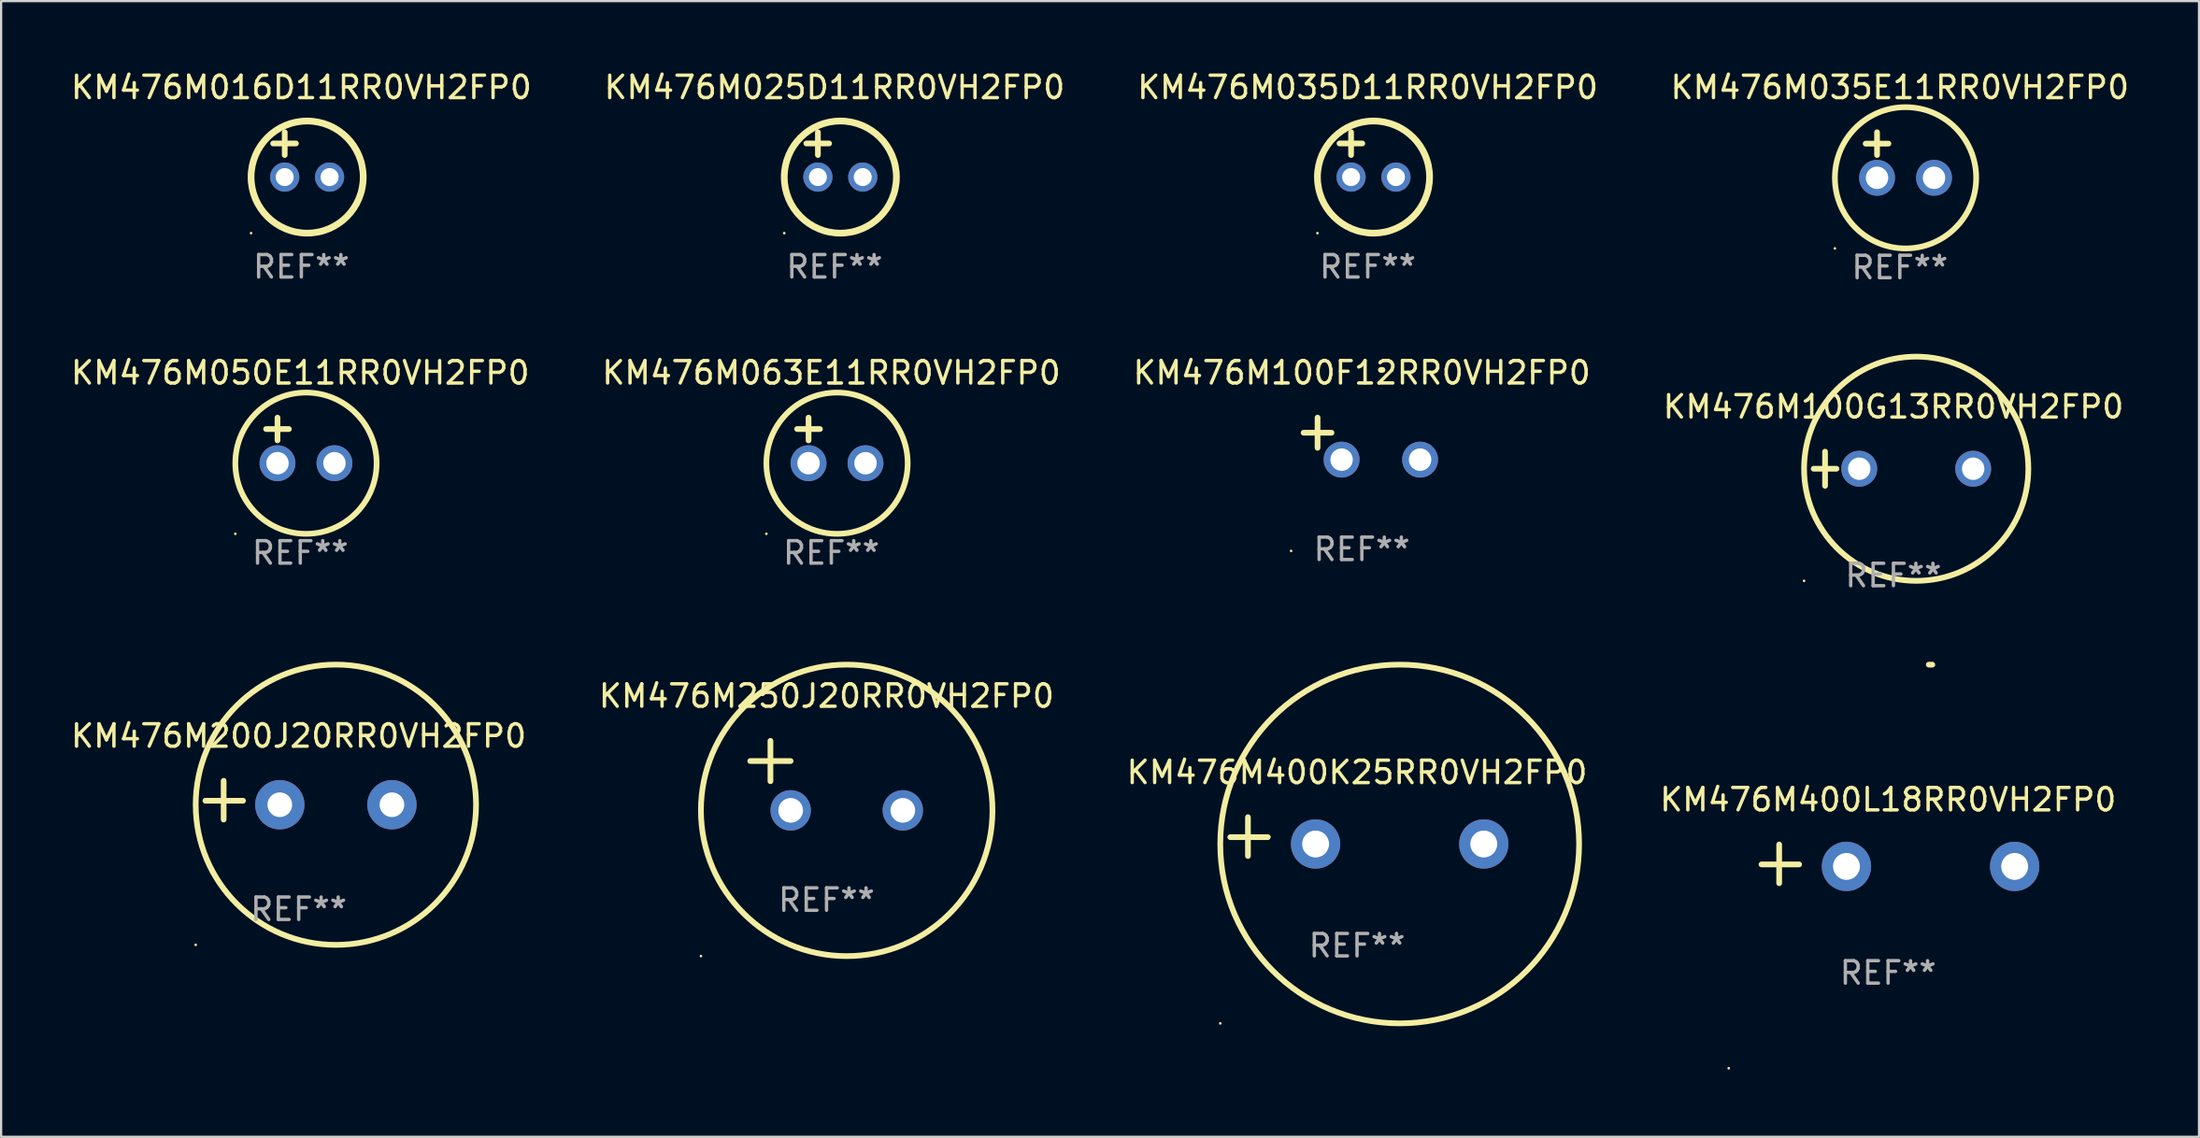
<source format=kicad_pcb>
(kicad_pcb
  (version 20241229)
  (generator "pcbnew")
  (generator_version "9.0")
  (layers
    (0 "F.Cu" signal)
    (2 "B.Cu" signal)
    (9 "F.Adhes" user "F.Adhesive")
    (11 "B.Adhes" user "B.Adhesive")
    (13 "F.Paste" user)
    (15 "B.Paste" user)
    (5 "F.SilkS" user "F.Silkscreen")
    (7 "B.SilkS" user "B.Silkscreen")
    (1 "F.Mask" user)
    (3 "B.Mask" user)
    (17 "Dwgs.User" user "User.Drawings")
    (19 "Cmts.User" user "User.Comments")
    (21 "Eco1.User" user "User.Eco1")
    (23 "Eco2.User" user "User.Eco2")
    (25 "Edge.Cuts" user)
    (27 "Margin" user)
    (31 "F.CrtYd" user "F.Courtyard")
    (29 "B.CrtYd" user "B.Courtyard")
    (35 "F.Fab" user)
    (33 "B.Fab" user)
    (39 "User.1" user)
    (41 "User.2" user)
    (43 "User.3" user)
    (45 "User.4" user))
  (footprint "KM476M016D11RR0VH2FP0"
    (layer "F.Cu")
    (at 10.387 3.848)
    (property "Reference" "KM476M016D11RR0VH2FP0" (at 0 -3 0) (layer "F.SilkS") (effects (font (size 1 1) (thickness 0.15))))
    (attr through_hole)
    (fp_line (start -1.258 -0.5) (end -0.242 -0.5) (stroke (width 0.254) (type solid)) (layer "F.SilkS"))
    (fp_line (start -0.742 -1) (end -0.742 0.016) (stroke (width 0.254) (type solid)) (layer "F.SilkS"))
    (fp_circle (center -2.242 3.5) (end -2.212 3.5) (stroke (width 0.06) (type solid)) (fill no) (layer "F.SilkS"))
    (fp_circle (center 0.258 1) (end 2.758 1) (stroke (width 0.3) (type solid)) (fill no) (layer "F.SilkS"))
    (fp_text user "REF**" (at 0 5 0) (layer "F.Fab") (effects (font (size 1 1) (thickness 0.15))))
    (pad "1" thru_hole circle (at -0.742 1) (size 1.3 1.3) (drill 0.8) (layers "*.Cu" "*.Mask"))
    (pad "2" thru_hole circle (at 1.258 1) (size 1.3 1.3) (drill 0.8) (layers "*.Cu" "*.Mask")))
  (footprint "KM476M100G13RR0VH2FP0"
    (layer "F.Cu")
    (at 81.375 17.856)
    (property "Reference" "KM476M100G13RR0VH2FP0" (at 0 -2.762 0) (layer "F.SilkS") (effects (font (size 1 1) (thickness 0.15))))
    (attr through_hole)
    (fp_line (start -3.556 0) (end -2.54 0) (stroke (width 0.254) (type solid)) (layer "F.SilkS"))
    (fp_line (start -3.048 -0.762) (end -3.048 0.762) (stroke (width 0.254) (type solid)) (layer "F.SilkS"))
    (fp_circle (center -3.984 5) (end -3.954 5) (stroke (width 0.06) (type solid)) (fill no) (layer "F.SilkS"))
    (fp_circle (center 1.016 0) (end 6.016 0) (stroke (width 0.254) (type solid)) (fill no) (layer "F.SilkS"))
    (fp_text user "REF**" (at 0 4.762 0) (layer "F.Fab") (effects (font (size 1 1) (thickness 0.15))))
    (pad "1" thru_hole circle (at -1.524 0) (size 1.6 1.6) (drill 1) (layers "*.Cu" "*.Mask"))
    (pad "2" thru_hole circle (at 3.556 0) (size 1.6 1.6) (drill 1) (layers "*.Cu" "*.Mask")))
  (footprint "KM476M025D11RR0VH2FP0"
    (layer "F.Cu")
    (at 34.161 3.848)
    (property "Reference" "KM476M025D11RR0VH2FP0" (at 0 -3 0) (layer "F.SilkS") (effects (font (size 1 1) (thickness 0.15))))
    (attr through_hole)
    (fp_line (start -1.258 -0.5) (end -0.242 -0.5) (stroke (width 0.254) (type solid)) (layer "F.SilkS"))
    (fp_line (start -0.742 -1) (end -0.742 0.016) (stroke (width 0.254) (type solid)) (layer "F.SilkS"))
    (fp_circle (center -2.242 3.5) (end -2.212 3.5) (stroke (width 0.06) (type solid)) (fill no) (layer "F.SilkS"))
    (fp_circle (center 0.258 1) (end 2.758 1) (stroke (width 0.3) (type solid)) (fill no) (layer "F.SilkS"))
    (fp_text user "REF**" (at 0 5 0) (layer "F.Fab") (effects (font (size 1 1) (thickness 0.15))))
    (pad "1" thru_hole circle (at -0.742 1) (size 1.3 1.3) (drill 0.8) (layers "*.Cu" "*.Mask"))
    (pad "2" thru_hole circle (at 1.258 1) (size 1.3 1.3) (drill 0.8) (layers "*.Cu" "*.Mask")))
  (footprint "KM476M050E11RR0VH2FP0"
    (layer "F.Cu")
    (at 10.339 16.593)
    (property "Reference" "KM476M050E11RR0VH2FP0" (at 0 -3.016 0) (layer "F.SilkS") (effects (font (size 1 1) (thickness 0.15))))
    (attr through_hole)
    (fp_line (start -1.524 -0.508) (end -0.508 -0.508) (stroke (width 0.254) (type solid)) (layer "F.SilkS"))
    (fp_line (start -1.016 -1.016) (end -1.016 0) (stroke (width 0.254) (type solid)) (layer "F.SilkS"))
    (fp_circle (center -2.896 4.166) (end -2.866 4.166) (stroke (width 0.06) (type solid)) (fill no) (layer "F.SilkS"))
    (fp_circle (center 0.254 1.016) (end 3.404 1.016) (stroke (width 0.254) (type solid)) (fill no) (layer "F.SilkS"))
    (fp_text user "REF**" (at 0 5.016 0) (layer "F.Fab") (effects (font (size 1 1) (thickness 0.15))))
    (pad "1" thru_hole circle (at -1.016 1.016) (size 1.6 1.6) (drill 1) (layers "*.Cu" "*.Mask"))
    (pad "2" thru_hole circle (at 1.524 1.016) (size 1.6 1.6) (drill 1) (layers "*.Cu" "*.Mask")))
  (footprint "KM476M063E11RR0VH2FP0"
    (layer "F.Cu")
    (at 34.018 16.593)
    (property "Reference" "KM476M063E11RR0VH2FP0" (at 0 -3.016 0) (layer "F.SilkS") (effects (font (size 1 1) (thickness 0.15))))
    (attr through_hole)
    (fp_line (start -1.524 -0.508) (end -0.508 -0.508) (stroke (width 0.254) (type solid)) (layer "F.SilkS"))
    (fp_line (start -1.016 -1.016) (end -1.016 0) (stroke (width 0.254) (type solid)) (layer "F.SilkS"))
    (fp_circle (center -2.896 4.166) (end -2.866 4.166) (stroke (width 0.06) (type solid)) (fill no) (layer "F.SilkS"))
    (fp_circle (center 0.254 1.016) (end 3.404 1.016) (stroke (width 0.254) (type solid)) (fill no) (layer "F.SilkS"))
    (fp_text user "REF**" (at 0 5.016 0) (layer "F.Fab") (effects (font (size 1 1) (thickness 0.15))))
    (pad "1" thru_hole circle (at -1.016 1.016) (size 1.6 1.6) (drill 1) (layers "*.Cu" "*.Mask"))
    (pad "2" thru_hole circle (at 1.524 1.016) (size 1.6 1.6) (drill 1) (layers "*.Cu" "*.Mask")))
  (footprint "KM476M400K25RR0VH2FP0"
    (layer "F.Cu")
    (at 57.458 34.263)
    (property "Reference" "KM476M400K25RR0VH2FP0" (at 0 -2.864 0) (layer "F.SilkS") (effects (font (size 1 1) (thickness 0.15))))
    (attr through_hole)
    (fp_line (start -4.864 0.864) (end -4.864 -0.864) (stroke (width 0.254) (type solid)) (layer "F.SilkS"))
    (fp_line (start -3.975 0.025) (end -5.652 0.025) (stroke (width 0.254) (type solid)) (layer "F.SilkS"))
    (fp_circle (center -6.098 8.33) (end -6.068 8.33) (stroke (width 0.06) (type solid)) (fill no) (layer "F.SilkS"))
    (fp_circle (center 1.902 0.33) (end 9.902 0.33) (stroke (width 0.254) (type solid)) (fill no) (layer "F.SilkS"))
    (fp_text user "REF**" (at 0 4.864 0) (layer "F.Fab") (effects (font (size 1 1) (thickness 0.15))))
    (pad "1" thru_hole circle (at -1.848 0.33) (size 2.2 2.2) (drill 1.2) (layers "*.Cu" "*.Mask"))
    (pad "2" thru_hole circle (at 5.652 0.33) (size 2.2 2.2) (drill 1.2) (layers "*.Cu" "*.Mask")))
  (footprint "KM476M100F12RR0VH2FP0"
    (layer "F.Cu")
    (at 57.673 16.513)
    (property "Reference" "KM476M100F12RR0VH2FP0" (at 0 -2.937 0) (layer "F.SilkS") (effects (font (size 1 1) (thickness 0.15))))
    (attr through_hole)
    (fp_line (start -1.975 0.41) (end -1.975 -0.937) (stroke (width 0.254) (type solid)) (layer "F.SilkS"))
    (fp_line (start -1.353 -0.263) (end -2.597 -0.263) (stroke (width 0.254) (type solid)) (layer "F.SilkS"))
    (fp_arc (start 0.849809 -3.063957) (mid 0.885369 -3.064114) (end 0.920929 -3.063957) (stroke (width 0.254001) (type solid)) (layer "F.SilkS"))
    (fp_circle (center -3.154 5.008) (end -3.124 5.008) (stroke (width 0.06) (type solid)) (fill no) (layer "F.SilkS"))
    (fp_text user "REF**" (at 0 4.937 0) (layer "F.Fab") (effects (font (size 1 1) (thickness 0.15))))
    (pad "1" thru_hole circle (at -0.903 0.937) (size 1.6 1.6) (drill 1) (layers "*.Cu" "*.Mask"))
    (pad "2" thru_hole circle (at 2.597 0.937) (size 1.6 1.6) (drill 1) (layers "*.Cu" "*.Mask")))
  (footprint "KM476M035E11RR0VH2FP0"
    (layer "F.Cu")
    (at 81.661 3.864)
    (property "Reference" "KM476M035E11RR0VH2FP0" (at 0 -3.016 0) (layer "F.SilkS") (effects (font (size 1 1) (thickness 0.15))))
    (attr through_hole)
    (fp_line (start -1.524 -0.508) (end -0.508 -0.508) (stroke (width 0.254) (type solid)) (layer "F.SilkS"))
    (fp_line (start -1.016 -1.016) (end -1.016 0) (stroke (width 0.254) (type solid)) (layer "F.SilkS"))
    (fp_circle (center -2.896 4.166) (end -2.866 4.166) (stroke (width 0.06) (type solid)) (fill no) (layer "F.SilkS"))
    (fp_circle (center 0.254 1.016) (end 3.404 1.016) (stroke (width 0.254) (type solid)) (fill no) (layer "F.SilkS"))
    (fp_text user "REF**" (at 0 5.016 0) (layer "F.Fab") (effects (font (size 1 1) (thickness 0.15))))
    (pad "1" thru_hole circle (at -1.016 1.016) (size 1.6 1.6) (drill 1) (layers "*.Cu" "*.Mask"))
    (pad "2" thru_hole circle (at 1.524 1.016) (size 1.6 1.6) (drill 1) (layers "*.Cu" "*.Mask")))
  (footprint "KM476M250J20RR0VH2FP0"
    (layer "F.Cu")
    (at 33.804 31.543)
    (property "Reference" "KM476M250J20RR0VH2FP0" (at 0 -3.55 0) (layer "F.SilkS") (effects (font (size 1 1) (thickness 0.15))))
    (attr through_hole)
    (fp_line (start -3.401 -0.65) (end -1.601 -0.65) (stroke (width 0.254) (type solid)) (layer "F.SilkS"))
    (fp_line (start -2.501 -1.55) (end -2.501 0.25) (stroke (width 0.254) (type solid)) (layer "F.SilkS"))
    (fp_circle (center -5.599 8.05) (end -5.569 8.05) (stroke (width 0.06) (type solid)) (fill no) (layer "F.SilkS"))
    (fp_circle (center 0.899 1.55) (end 7.399 1.55) (stroke (width 0.254) (type solid)) (fill no) (layer "F.SilkS"))
    (fp_text user "REF**" (at 0 5.55 0) (layer "F.Fab") (effects (font (size 1 1) (thickness 0.15))))
    (pad "1" thru_hole circle (at -1.599 1.55) (size 1.8 1.8) (drill 1.1) (layers "*.Cu" "*.Mask"))
    (pad "2" thru_hole circle (at 3.401 1.55) (size 1.8 1.8) (drill 1.1) (layers "*.Cu" "*.Mask")))
  (footprint "KM476M035D11RR0VH2FP0"
    (layer "F.Cu")
    (at 57.935 3.848)
    (property "Reference" "KM476M035D11RR0VH2FP0" (at 0 -3 0) (layer "F.SilkS") (effects (font (size 1 1) (thickness 0.15))))
    (attr through_hole)
    (fp_line (start -1.258 -0.5) (end -0.242 -0.5) (stroke (width 0.254) (type solid)) (layer "F.SilkS"))
    (fp_line (start -0.742 -1) (end -0.742 0.016) (stroke (width 0.254) (type solid)) (layer "F.SilkS"))
    (fp_circle (center -2.242 3.5) (end -2.212 3.5) (stroke (width 0.06) (type solid)) (fill no) (layer "F.SilkS"))
    (fp_circle (center 0.258 1) (end 2.758 1) (stroke (width 0.3) (type solid)) (fill no) (layer "F.SilkS"))
    (fp_text user "REF**" (at 0 5 0) (layer "F.Fab") (effects (font (size 1 1) (thickness 0.15))))
    (pad "1" thru_hole circle (at -0.742 1) (size 1.3 1.3) (drill 0.8) (layers "*.Cu" "*.Mask"))
    (pad "2" thru_hole circle (at 1.258 1) (size 1.3 1.3) (drill 0.8) (layers "*.Cu" "*.Mask")))
  (footprint "KM476M200J20RR0VH2FP0"
    (layer "F.Cu")
    (at 10.268 32.639)
    (property "Reference" "KM476M200J20RR0VH2FP0" (at 0 -2.864 0) (layer "F.SilkS") (effects (font (size 1 1) (thickness 0.15))))
    (attr through_hole)
    (fp_line (start -3.346 0.864) (end -3.346 -0.864) (stroke (width 0.254) (type solid)) (layer "F.SilkS"))
    (fp_line (start -2.482 0.025) (end -4.158 0.025) (stroke (width 0.254) (type solid)) (layer "F.SilkS"))
    (fp_circle (center -4.592 6.453) (end -4.562 6.453) (stroke (width 0.06) (type solid)) (fill no) (layer "F.SilkS"))
    (fp_circle (center 1.658 0.203) (end 7.908 0.203) (stroke (width 0.254) (type solid)) (fill no) (layer "F.SilkS"))
    (fp_text user "REF**" (at 0 4.864 0) (layer "F.Fab") (effects (font (size 1 1) (thickness 0.15))))
    (pad "1" thru_hole circle (at -0.842 0.203) (size 2.2 2.2) (drill 1.1) (layers "*.Cu" "*.Mask"))
    (pad "2" thru_hole circle (at 4.158 0.203) (size 2.2 2.2) (drill 1.1) (layers "*.Cu" "*.Mask")))
  (footprint "KM476M400L18RR0VH2FP0"
    (layer "F.Cu")
    (at 81.137 35.479)
    (property "Reference" "KM476M400L18RR0VH2FP0" (at 0 -2.864 0) (layer "F.SilkS") (effects (font (size 1 1) (thickness 0.15))))
    (attr through_hole)
    (fp_line (start -4.856 0.864) (end -4.856 -0.864) (stroke (width 0.254) (type solid)) (layer "F.SilkS"))
    (fp_line (start -3.967 0.025) (end -5.644 0.025) (stroke (width 0.254) (type solid)) (layer "F.SilkS"))
    (fp_arc (start 1.815024 -8.885649) (mid 1.893764 -8.88599) (end 1.972504 -8.885649) (stroke (width 0.254001) (type solid)) (layer "F.SilkS"))
    (fp_circle (center -7.106 9.114) (end -7.076 9.114) (stroke (width 0.06) (type solid)) (fill no) (layer "F.SilkS"))
    (fp_text user "REF**" (at 0 4.864 0) (layer "F.Fab") (effects (font (size 1 1) (thickness 0.15))))
    (pad "1" thru_hole circle (at -1.856 0.114) (size 2.2 2.2) (drill 1.2) (layers "*.Cu" "*.Mask"))
    (pad "2" thru_hole circle (at 5.644 0.114) (size 2.2 2.2) (drill 1.2) (layers "*.Cu" "*.Mask")))
  (gr_rect
    (start -3 -3)
    (end 95 47.652)
    (stroke (width 0.1) (type default))
    (fill no)
    (layer "Edge.Cuts")))
</source>
